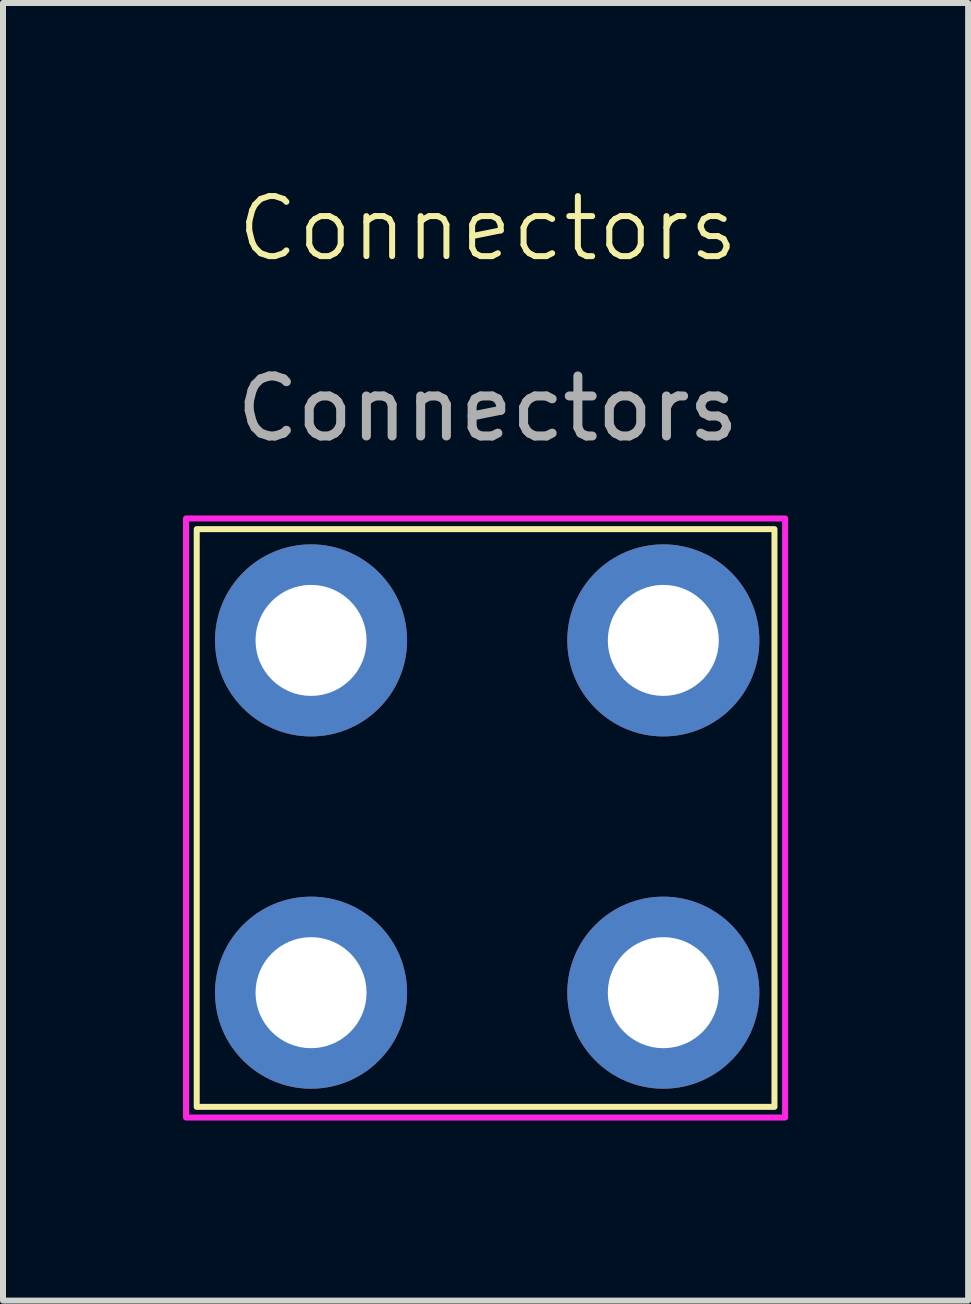
<source format=kicad_pcb>
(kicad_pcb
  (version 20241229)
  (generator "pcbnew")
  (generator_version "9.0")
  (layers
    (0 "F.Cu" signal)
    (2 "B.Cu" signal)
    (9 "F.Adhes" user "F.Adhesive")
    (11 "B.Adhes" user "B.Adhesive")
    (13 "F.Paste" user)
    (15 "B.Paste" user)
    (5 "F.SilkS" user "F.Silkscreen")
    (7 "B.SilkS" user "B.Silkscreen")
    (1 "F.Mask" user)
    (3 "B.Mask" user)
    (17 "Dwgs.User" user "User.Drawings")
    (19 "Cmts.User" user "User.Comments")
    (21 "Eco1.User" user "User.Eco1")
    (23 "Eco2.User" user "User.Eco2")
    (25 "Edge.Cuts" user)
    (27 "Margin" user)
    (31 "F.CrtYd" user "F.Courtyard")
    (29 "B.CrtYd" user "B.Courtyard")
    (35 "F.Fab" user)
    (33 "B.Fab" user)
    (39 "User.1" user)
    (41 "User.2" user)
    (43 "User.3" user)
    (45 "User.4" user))
  (footprint "Connectors"
    (layer "F.Cu")
    (at 5.054 10.466)
    (property "Reference" "Connectors" (at 0.025 -9.706 0) (unlocked yes) (layer "F.SilkS") (effects (font (size 1 1) (thickness 0.1))))
    (attr smd)
    (fp_rect (start -4.826 -4.699) (end 4.801 4.928) (stroke (width 0.1) (type default)) (fill no) (layer "F.SilkS"))
    (fp_rect (start -5.004 -4.877) (end 4.978 5.105) (stroke (width 0.1) (type default)) (fill no) (layer "F.CrtYd"))
    (fp_text user "${REFERENCE}" (at 0.025 -6.706 0) (unlocked yes) (layer "F.Fab") (effects (font (size 1 1) (thickness 0.15))))
    (pad "1" thru_hole circle (at -2.921 -2.845) (size 3.2 3.2) (drill 1.85) (layers "*.Cu" "*.Mask"))
    (pad "2" thru_hole circle (at 2.949 -2.845) (size 3.2 3.2) (drill 1.85) (layers "*.Cu" "*.Mask"))
    (pad "3" thru_hole circle (at 2.949 3.025) (size 3.2 3.2) (drill 1.85) (layers "*.Cu" "*.Mask"))
    (pad "4" thru_hole circle (at -2.921 3.025) (size 3.2 3.2) (drill 1.85) (layers "*.Cu" "*.Mask")))
  (gr_rect
    (start -3 -3)
    (end 13.082 18.622)
    (stroke (width 0.1) (type default))
    (fill no)
    (layer "Edge.Cuts")))
</source>
